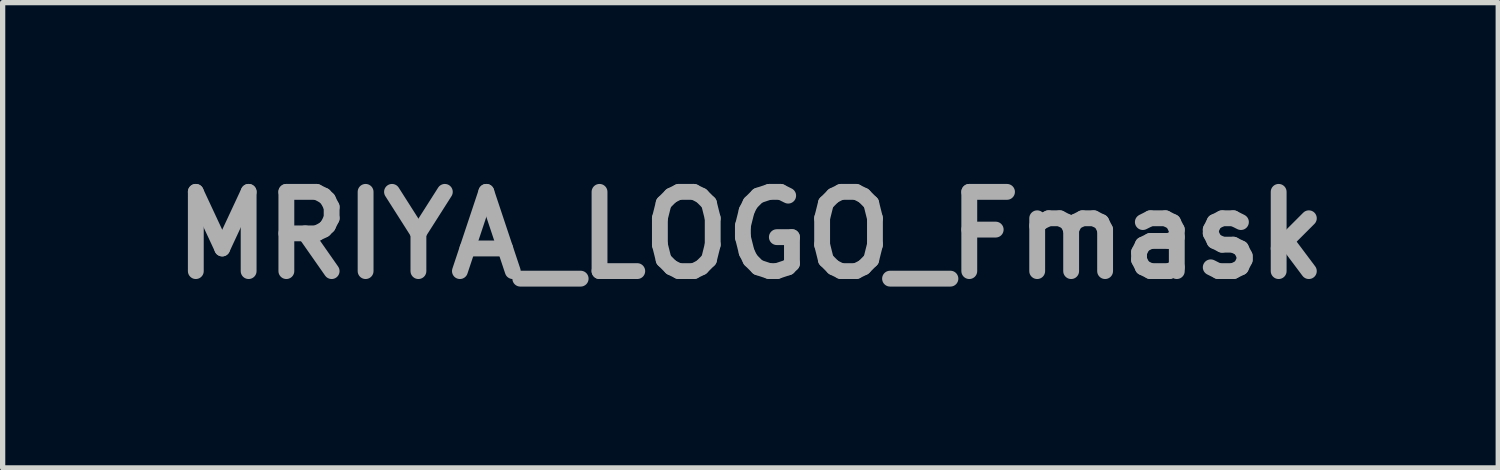
<source format=kicad_pcb>
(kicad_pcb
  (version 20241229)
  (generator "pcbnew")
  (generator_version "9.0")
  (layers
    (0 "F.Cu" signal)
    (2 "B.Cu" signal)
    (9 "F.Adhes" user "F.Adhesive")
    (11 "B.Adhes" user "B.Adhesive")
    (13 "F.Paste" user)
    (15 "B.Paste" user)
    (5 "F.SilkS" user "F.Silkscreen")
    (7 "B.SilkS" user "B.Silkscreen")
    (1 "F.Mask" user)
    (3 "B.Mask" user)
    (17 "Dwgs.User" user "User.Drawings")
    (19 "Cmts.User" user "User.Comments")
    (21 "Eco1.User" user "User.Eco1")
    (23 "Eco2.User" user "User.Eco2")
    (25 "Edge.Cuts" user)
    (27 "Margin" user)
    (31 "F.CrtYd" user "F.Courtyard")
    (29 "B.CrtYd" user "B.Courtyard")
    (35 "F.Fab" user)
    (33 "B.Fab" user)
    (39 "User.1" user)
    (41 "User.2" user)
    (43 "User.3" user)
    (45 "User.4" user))
  (footprint "MRIYA_LOGO_Fmask"
    (layer "F.Cu")
    (at 11.157 1.404)
    (property "Reference" "MRIYA_LOGO_Fmask" (at 0 0 0) (layer "F.Fab") (effects (font (size 1.5 1.5) (thickness 0.3))))
    (attr board_only exclude_from_pos_files exclude_from_bom)
    (fp_poly (pts (xy 0.653 0) (xy 0.653 0.975) (xy 0.403 0.975) (xy 0.153 0.975) (xy 0.153 0) (xy 0.153 -0.975) (xy 0.403 -0.975) (xy 0.653 -0.975)) (stroke (width 0) (type solid)) (fill yes) (layer "F.Mask"))
    (fp_poly (pts (xy 2.967 -0.922) (xy 2.958 -0.907) (xy 2.941 -0.878) (xy 2.916 -0.837) (xy 2.884 -0.786) (xy 2.847 -0.724) (xy 2.804 -0.654) (xy 2.757 -0.576) (xy 2.706 -0.491) (xy 2.651 -0.401) (xy 2.595 -0.308) (xy 2.548 -0.23) (xy 2.161 0.408) (xy 2.161 0.692) (xy 2.161 0.975) (xy 1.911 0.975) (xy 1.661 0.975) (xy 1.661 0.692) (xy 1.661 0.408) (xy 1.246 -0.279) (xy 1.186 -0.378) (xy 1.129 -0.472) (xy 1.076 -0.562) (xy 1.025 -0.645) (xy 0.98 -0.721) (xy 0.939 -0.789) (xy 0.904 -0.847) (xy 0.875 -0.896) (xy 0.853 -0.933) (xy 0.838 -0.958) (xy 0.831 -0.97) (xy 0.831 -0.971) (xy 0.839 -0.972) (xy 0.862 -0.973) (xy 0.898 -0.973) (xy 0.945 -0.973) (xy 1 -0.973) (xy 1.063 -0.973) (xy 1.099 -0.973) (xy 1.366 -0.97) (xy 1.638 -0.511) (xy 1.685 -0.43) (xy 1.73 -0.354) (xy 1.772 -0.284) (xy 1.81 -0.222) (xy 1.843 -0.167) (xy 1.871 -0.122) (xy 1.893 -0.087) (xy 1.907 -0.064) (xy 1.914 -0.055) (xy 1.915 -0.055) (xy 1.92 -0.062) (xy 1.933 -0.084) (xy 1.953 -0.117) (xy 1.98 -0.161) (xy 2.012 -0.215) (xy 2.049 -0.277) (xy 2.09 -0.346) (xy 2.135 -0.421) (xy 2.182 -0.501) (xy 2.191 -0.517) (xy 2.461 -0.975) (xy 2.731 -0.975) (xy 3 -0.975)) (stroke (width 0) (type solid)) (fill yes) (layer "F.Mask"))
    (fp_poly (pts (xy 3.845 -0.998) (xy 3.916 -0.989) (xy 3.978 -0.974) (xy 3.978 -0.974) (xy 4.039 -0.945) (xy 4.093 -0.902) (xy 4.137 -0.847) (xy 4.151 -0.825) (xy 4.156 -0.813) (xy 4.168 -0.786) (xy 4.185 -0.747) (xy 4.207 -0.695) (xy 4.233 -0.633) (xy 4.264 -0.562) (xy 4.298 -0.482) (xy 4.334 -0.395) (xy 4.374 -0.302) (xy 4.415 -0.205) (xy 4.457 -0.104) (xy 4.5 -0.002) (xy 4.544 0.102) (xy 4.588 0.205) (xy 4.63 0.306) (xy 4.672 0.405) (xy 4.712 0.499) (xy 4.749 0.589) (xy 4.784 0.671) (xy 4.815 0.746) (xy 4.843 0.812) (xy 4.866 0.868) (xy 4.884 0.912) (xy 4.897 0.944) (xy 4.903 0.96) (xy 4.904 0.964) (xy 4.901 0.968) (xy 4.894 0.97) (xy 4.879 0.972) (xy 4.856 0.973) (xy 4.823 0.973) (xy 4.778 0.974) (xy 4.72 0.973) (xy 4.646 0.973) (xy 4.644 0.973) (xy 4.378 0.97) (xy 4.29 0.748) (xy 4.202 0.525) (xy 3.793 0.525) (xy 3.383 0.525) (xy 3.295 0.748) (xy 3.207 0.97) (xy 2.947 0.973) (xy 2.868 0.973) (xy 2.804 0.973) (xy 2.756 0.972) (xy 2.721 0.971) (xy 2.699 0.969) (xy 2.688 0.967) (xy 2.687 0.965) (xy 2.69 0.956) (xy 2.699 0.933) (xy 2.714 0.896) (xy 2.734 0.848) (xy 2.758 0.788) (xy 2.787 0.719) (xy 2.819 0.642) (xy 2.854 0.557) (xy 2.891 0.466) (xy 2.931 0.371) (xy 2.972 0.272) (xy 3.014 0.171) (xy 3.027 0.139) (xy 3.509 0.139) (xy 3.517 0.14) (xy 3.54 0.142) (xy 3.576 0.142) (xy 3.623 0.143) (xy 3.68 0.144) (xy 3.743 0.144) (xy 3.793 0.144) (xy 3.87 0.144) (xy 3.932 0.144) (xy 3.98 0.144) (xy 4.015 0.143) (xy 4.041 0.142) (xy 4.058 0.14) (xy 4.068 0.138) (xy 4.072 0.135) (xy 4.073 0.131) (xy 4.072 0.127) (xy 4.067 0.112) (xy 4.056 0.085) (xy 4.041 0.047) (xy 4.022 -0.001) (xy 4 -0.055) (xy 3.976 -0.115) (xy 3.951 -0.177) (xy 3.925 -0.239) (xy 3.9 -0.3) (xy 3.877 -0.358) (xy 3.855 -0.41) (xy 3.836 -0.455) (xy 3.822 -0.49) (xy 3.812 -0.512) (xy 3.808 -0.521) (xy 3.798 -0.538) (xy 3.782 -0.521) (xy 3.776 -0.511) (xy 3.765 -0.487) (xy 3.75 -0.452) (xy 3.73 -0.407) (xy 3.708 -0.354) (xy 3.684 -0.296) (xy 3.658 -0.235) (xy 3.632 -0.172) (xy 3.606 -0.109) (xy 3.582 -0.05) (xy 3.56 0.005) (xy 3.541 0.053) (xy 3.525 0.093) (xy 3.514 0.122) (xy 3.509 0.137) (xy 3.509 0.139) (xy 3.027 0.139) (xy 3.057 0.068) (xy 3.1 -0.034) (xy 3.142 -0.135) (xy 3.183 -0.234) (xy 3.223 -0.329) (xy 3.261 -0.419) (xy 3.296 -0.503) (xy 3.328 -0.579) (xy 3.357 -0.648) (xy 3.382 -0.706) (xy 3.402 -0.754) (xy 3.418 -0.789) (xy 3.427 -0.811) (xy 3.43 -0.817) (xy 3.456 -0.859) (xy 3.49 -0.899) (xy 3.528 -0.934) (xy 3.565 -0.96) (xy 3.575 -0.965) (xy 3.631 -0.983) (xy 3.698 -0.994) (xy 3.771 -0.999)) (stroke (width 0) (type solid)) (fill yes) (layer "F.Mask"))
    (fp_poly (pts (xy -1.419 -0.974) (xy -1.326 -0.973) (xy -1.218 -0.973) (xy -1.139 -0.972) (xy -1.018 -0.972) (xy -0.913 -0.971) (xy -0.822 -0.971) (xy -0.744 -0.97) (xy -0.678 -0.969) (xy -0.622 -0.968) (xy -0.576 -0.966) (xy -0.538 -0.964) (xy -0.507 -0.961) (xy -0.482 -0.958) (xy -0.46 -0.954) (xy -0.442 -0.949) (xy -0.426 -0.943) (xy -0.41 -0.936) (xy -0.393 -0.928) (xy -0.378 -0.92) (xy -0.322 -0.887) (xy -0.276 -0.845) (xy -0.239 -0.797) (xy -0.203 -0.73) (xy -0.174 -0.649) (xy -0.153 -0.556) (xy -0.14 -0.451) (xy -0.136 -0.337) (xy -0.136 -0.335) (xy -0.14 -0.205) (xy -0.154 -0.09) (xy -0.177 0.012) (xy -0.209 0.1) (xy -0.25 0.173) (xy -0.291 0.223) (xy -0.34 0.267) (xy -0.395 0.299) (xy -0.458 0.321) (xy -0.531 0.334) (xy -0.616 0.339) (xy -0.625 0.339) (xy -0.663 0.339) (xy -0.694 0.341) (xy -0.714 0.343) (xy -0.72 0.345) (xy -0.715 0.352) (xy -0.698 0.37) (xy -0.671 0.398) (xy -0.636 0.434) (xy -0.594 0.477) (xy -0.544 0.527) (xy -0.49 0.582) (xy -0.431 0.641) (xy -0.409 0.663) (xy -0.098 0.975) (xy -0.408 0.975) (xy -0.718 0.975) (xy -0.938 0.723) (xy -0.989 0.664) (xy -1.039 0.606) (xy -1.087 0.552) (xy -1.131 0.502) (xy -1.169 0.459) (xy -1.199 0.426) (xy -1.22 0.403) (xy -1.221 0.402) (xy -1.25 0.368) (xy -1.278 0.333) (xy -1.3 0.302) (xy -1.309 0.287) (xy -1.322 0.262) (xy -1.33 0.24) (xy -1.333 0.214) (xy -1.335 0.179) (xy -1.335 0.17) (xy -1.332 0.117) (xy -1.324 0.077) (xy -1.308 0.047) (xy -1.283 0.024) (xy -1.251 0.005) (xy -1.234 -0.003) (xy -1.22 -0.009) (xy -1.204 -0.014) (xy -1.185 -0.017) (xy -1.159 -0.02) (xy -1.125 -0.022) (xy -1.08 -0.024) (xy -1.021 -0.025) (xy -1.01 -0.026) (xy -0.936 -0.028) (xy -0.878 -0.031) (xy -0.832 -0.035) (xy -0.796 -0.041) (xy -0.769 -0.048) (xy -0.747 -0.057) (xy -0.729 -0.069) (xy -0.715 -0.082) (xy -0.691 -0.113) (xy -0.674 -0.153) (xy -0.663 -0.203) (xy -0.658 -0.266) (xy -0.657 -0.305) (xy -0.659 -0.371) (xy -0.664 -0.423) (xy -0.674 -0.465) (xy -0.689 -0.498) (xy -0.711 -0.525) (xy -0.724 -0.539) (xy -0.738 -0.55) (xy -0.753 -0.559) (xy -0.772 -0.566) (xy -0.795 -0.571) (xy -0.826 -0.575) (xy -0.866 -0.578) (xy -0.916 -0.579) (xy -0.978 -0.58) (xy -1.053 -0.58) (xy -1.124 -0.581) (xy -1.205 -0.581) (xy -1.27 -0.58) (xy -1.321 -0.58) (xy -1.361 -0.579) (xy -1.391 -0.578) (xy -1.413 -0.577) (xy -1.429 -0.574) (xy -1.44 -0.572) (xy -1.447 -0.568) (xy -1.454 -0.563) (xy -1.455 -0.563) (xy -1.475 -0.542) (xy -1.489 -0.516) (xy -1.489 -0.516) (xy -1.491 -0.506) (xy -1.493 -0.487) (xy -1.494 -0.457) (xy -1.495 -0.417) (xy -1.496 -0.366) (xy -1.497 -0.302) (xy -1.498 -0.225) (xy -1.499 -0.135) (xy -1.499 -0.029) (xy -1.499 0.091) (xy -1.5 0.228) (xy -1.5 0.244) (xy -1.5 0.975) (xy -1.75 0.975) (xy -2.001 0.975) (xy -1.998 0.1) (xy -1.998 -0.046) (xy -1.998 -0.175) (xy -1.997 -0.289) (xy -1.997 -0.389) (xy -1.996 -0.477) (xy -1.995 -0.552) (xy -1.994 -0.616) (xy -1.993 -0.671) (xy -1.991 -0.716) (xy -1.988 -0.754) (xy -1.985 -0.784) (xy -1.981 -0.808) (xy -1.977 -0.828) (xy -1.971 -0.843) (xy -1.965 -0.855) (xy -1.957 -0.866) (xy -1.949 -0.875) (xy -1.939 -0.884) (xy -1.929 -0.895) (xy -1.923 -0.9) (xy -1.894 -0.925) (xy -1.865 -0.943) (xy -1.827 -0.957) (xy -1.825 -0.958) (xy -1.813 -0.961) (xy -1.802 -0.964) (xy -1.789 -0.966) (xy -1.775 -0.968) (xy -1.756 -0.97) (xy -1.732 -0.971) (xy -1.703 -0.972) (xy -1.666 -0.973) (xy -1.62 -0.974) (xy -1.564 -0.974) (xy -1.498 -0.974)) (stroke (width 0) (type solid)) (fill yes) (layer "F.Mask"))
    (fp_poly (pts (xy -4.453 -0.989) (xy -4.394 -0.983) (xy -4.374 -0.979) (xy -4.3 -0.953) (xy -4.233 -0.914) (xy -4.173 -0.863) (xy -4.126 -0.804) (xy -4.102 -0.761) (xy -4.095 -0.744) (xy -4.083 -0.713) (xy -4.066 -0.669) (xy -4.045 -0.613) (xy -4.02 -0.546) (xy -3.992 -0.471) (xy -3.962 -0.388) (xy -3.929 -0.299) (xy -3.895 -0.206) (xy -3.865 -0.125) (xy -3.831 -0.03) (xy -3.797 0.061) (xy -3.766 0.146) (xy -3.737 0.224) (xy -3.711 0.294) (xy -3.689 0.355) (xy -3.67 0.404) (xy -3.656 0.441) (xy -3.647 0.465) (xy -3.643 0.474) (xy -3.625 0.493) (xy -3.606 0.495) (xy -3.592 0.485) (xy -3.587 0.475) (xy -3.576 0.45) (xy -3.561 0.412) (xy -3.541 0.361) (xy -3.517 0.3) (xy -3.491 0.229) (xy -3.461 0.149) (xy -3.429 0.063) (xy -3.395 -0.029) (xy -3.359 -0.126) (xy -3.356 -0.135) (xy -3.32 -0.233) (xy -3.285 -0.327) (xy -3.252 -0.416) (xy -3.222 -0.499) (xy -3.194 -0.573) (xy -3.169 -0.639) (xy -3.148 -0.694) (xy -3.131 -0.737) (xy -3.119 -0.767) (xy -3.113 -0.782) (xy -3.112 -0.782) (xy -3.068 -0.849) (xy -3.014 -0.902) (xy -2.951 -0.942) (xy -2.877 -0.97) (xy -2.791 -0.986) (xy -2.75 -0.989) (xy -2.655 -0.988) (xy -2.569 -0.976) (xy -2.494 -0.953) (xy -2.464 -0.939) (xy -2.421 -0.912) (xy -2.389 -0.88) (xy -2.361 -0.839) (xy -2.348 -0.814) (xy -2.326 -0.767) (xy -2.326 0.106) (xy -2.326 0.979) (xy -2.572 0.981) (xy -2.635 0.981) (xy -2.692 0.981) (xy -2.742 0.981) (xy -2.782 0.98) (xy -2.81 0.978) (xy -2.823 0.977) (xy -2.824 0.976) (xy -2.825 0.967) (xy -2.826 0.942) (xy -2.826 0.902) (xy -2.826 0.85) (xy -2.826 0.785) (xy -2.826 0.71) (xy -2.826 0.626) (xy -2.825 0.534) (xy -2.824 0.435) (xy -2.822 0.331) (xy -2.822 0.286) (xy -2.82 0.159) (xy -2.819 0.048) (xy -2.818 -0.048) (xy -2.817 -0.131) (xy -2.816 -0.201) (xy -2.816 -0.259) (xy -2.817 -0.307) (xy -2.818 -0.345) (xy -2.819 -0.374) (xy -2.821 -0.396) (xy -2.823 -0.412) (xy -2.826 -0.422) (xy -2.83 -0.428) (xy -2.834 -0.431) (xy -2.839 -0.432) (xy -2.839 -0.432) (xy -2.849 -0.426) (xy -2.861 -0.412) (xy -2.866 -0.4) (xy -2.876 -0.375) (xy -2.891 -0.335) (xy -2.91 -0.284) (xy -2.933 -0.222) (xy -2.959 -0.151) (xy -2.988 -0.071) (xy -3.019 0.015) (xy -3.052 0.106) (xy -3.082 0.188) (xy -3.116 0.284) (xy -3.15 0.377) (xy -3.182 0.465) (xy -3.211 0.546) (xy -3.238 0.62) (xy -3.262 0.685) (xy -3.282 0.739) (xy -3.298 0.781) (xy -3.309 0.809) (xy -3.314 0.822) (xy -3.349 0.884) (xy -3.387 0.931) (xy -3.432 0.964) (xy -3.449 0.973) (xy -3.472 0.983) (xy -3.495 0.99) (xy -3.522 0.994) (xy -3.558 0.996) (xy -3.593 0.997) (xy -3.634 0.997) (xy -3.669 0.997) (xy -3.696 0.996) (xy -3.708 0.995) (xy -3.771 0.973) (xy -3.822 0.943) (xy -3.863 0.902) (xy -3.899 0.847) (xy -3.903 0.838) (xy -3.91 0.823) (xy -3.922 0.793) (xy -3.938 0.75) (xy -3.959 0.695) (xy -3.983 0.629) (xy -4.01 0.554) (xy -4.04 0.472) (xy -4.072 0.383) (xy -4.106 0.288) (xy -4.14 0.192) (xy -4.175 0.095) (xy -4.208 0.003) (xy -4.24 -0.084) (xy -4.269 -0.163) (xy -4.295 -0.235) (xy -4.318 -0.296) (xy -4.337 -0.347) (xy -4.353 -0.386) (xy -4.363 -0.412) (xy -4.368 -0.422) (xy -4.368 -0.422) (xy -4.38 -0.432) (xy -4.389 -0.428) (xy -4.395 -0.42) (xy -4.397 -0.415) (xy -4.399 -0.406) (xy -4.401 -0.391) (xy -4.402 -0.37) (xy -4.403 -0.342) (xy -4.404 -0.305) (xy -4.405 -0.259) (xy -4.406 -0.202) (xy -4.406 -0.133) (xy -4.407 -0.052) (xy -4.407 0.043) (xy -4.407 0.152) (xy -4.407 0.278) (xy -4.407 0.29) (xy -4.407 0.983) (xy -4.653 0.983) (xy -4.899 0.983) (xy -4.897 0.104) (xy -4.894 -0.775) (xy -4.875 -0.818) (xy -4.842 -0.87) (xy -4.798 -0.913) (xy -4.74 -0.947) (xy -4.668 -0.972) (xy -4.638 -0.979) (xy -4.581 -0.987) (xy -4.517 -0.991)) (stroke (width 0) (type solid)) (fill yes) (layer "F.Mask")))
  (gr_rect
    (start -3 -3)
    (end 25.314 5.808)
    (stroke (width 0.1) (type default))
    (fill no)
    (layer "Edge.Cuts")))
</source>
